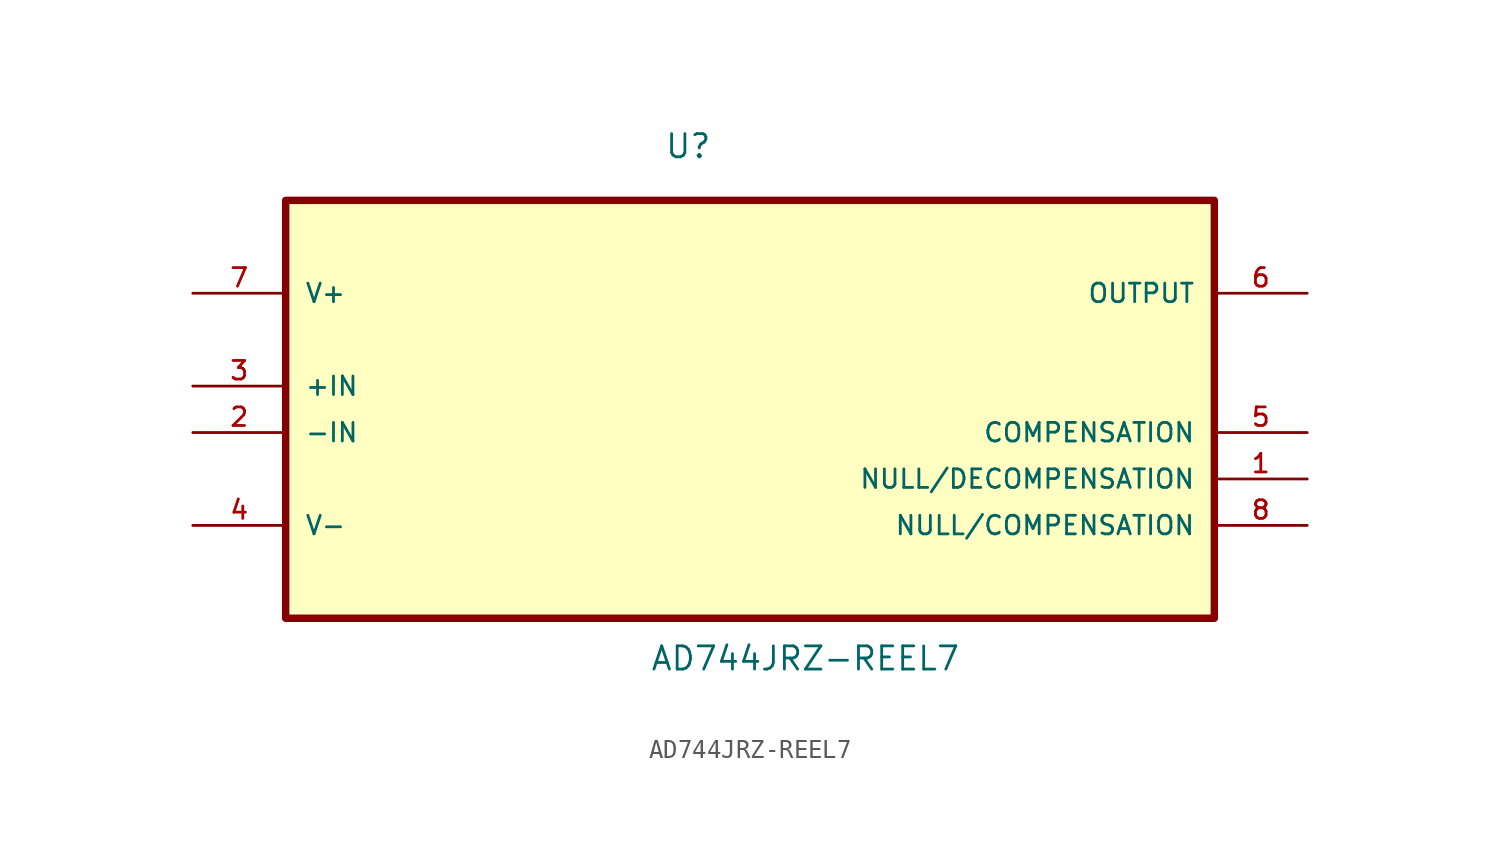
<source format=kicad_sym>
(kicad_symbol_lib
  (version 20211014)
  (generator kicad_symbol_editor)
  (symbol "AD744JRZ-REEL7"
    (pin_names
      (offset 1.016))
    (property "Reference" "U"
      (at -4.691 9.84 0.0)
      (effects (font (size 1.27 1.27)) (justify bottom left)))
    (property "Value" "AD744JRZ-REEL7"
      (at -5.475 -18.183 0.0)
      (effects (font (size 1.27 1.27)) (justify bottom left)))
    (symbol "AD744JRZ-REEL7_0_0"
      (rectangle (start -25.4 -15.24) (end 25.4 7.62) (stroke (width 0.406)) (fill (type background)))
      (pin power_in line (at -30.48 2.54 0) (length 5.08) (name "V+" (effects (font (size 1.016 1.016)))) (number "7" (effects (font (size 1.016 1.016)))))
      (pin passive line (at -30.48 -2.54 0) (length 5.08) (name "+IN" (effects (font (size 1.016 1.016)))) (number "3" (effects (font (size 1.016 1.016)))))
      (pin passive line (at -30.48 -5.08 0) (length 5.08) (name "-IN" (effects (font (size 1.016 1.016)))) (number "2" (effects (font (size 1.016 1.016)))))
      (pin power_in line (at -30.48 -10.16 0) (length 5.08) (name "V-" (effects (font (size 1.016 1.016)))) (number "4" (effects (font (size 1.016 1.016)))))
      (pin passive line (at 30.48 2.54 180.0) (length 5.08) (name "OUTPUT" (effects (font (size 1.016 1.016)))) (number "6" (effects (font (size 1.016 1.016)))))
      (pin passive line (at 30.48 -5.08 180.0) (length 5.08) (name "COMPENSATION" (effects (font (size 1.016 1.016)))) (number "5" (effects (font (size 1.016 1.016)))))
      (pin passive line (at 30.48 -7.62 180.0) (length 5.08) (name "NULL/DECOMPENSATION" (effects (font (size 1.016 1.016)))) (number "1" (effects (font (size 1.016 1.016)))))
      (pin passive line (at 30.48 -10.16 180.0) (length 5.08) (name "NULL/COMPENSATION" (effects (font (size 1.016 1.016)))) (number "8" (effects (font (size 1.016 1.016))))))))
</source>
